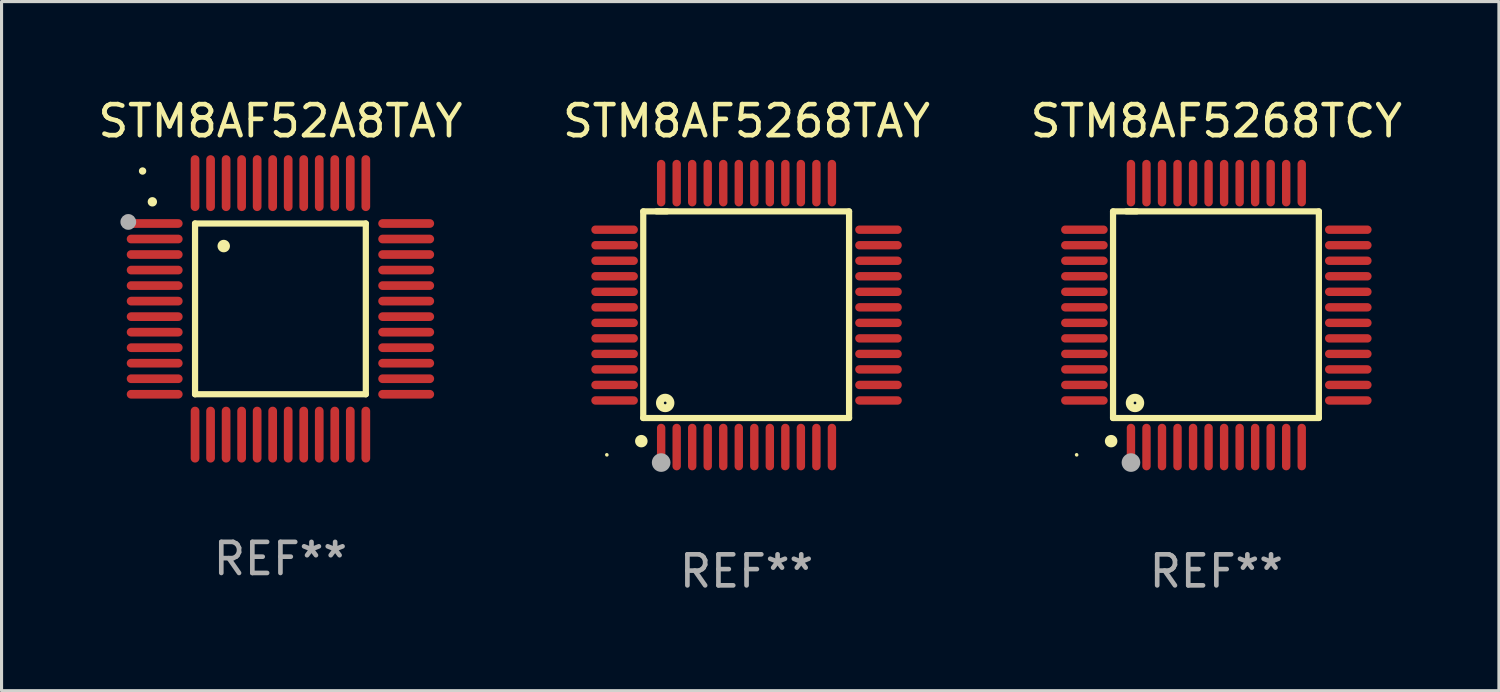
<source format=kicad_pcb>
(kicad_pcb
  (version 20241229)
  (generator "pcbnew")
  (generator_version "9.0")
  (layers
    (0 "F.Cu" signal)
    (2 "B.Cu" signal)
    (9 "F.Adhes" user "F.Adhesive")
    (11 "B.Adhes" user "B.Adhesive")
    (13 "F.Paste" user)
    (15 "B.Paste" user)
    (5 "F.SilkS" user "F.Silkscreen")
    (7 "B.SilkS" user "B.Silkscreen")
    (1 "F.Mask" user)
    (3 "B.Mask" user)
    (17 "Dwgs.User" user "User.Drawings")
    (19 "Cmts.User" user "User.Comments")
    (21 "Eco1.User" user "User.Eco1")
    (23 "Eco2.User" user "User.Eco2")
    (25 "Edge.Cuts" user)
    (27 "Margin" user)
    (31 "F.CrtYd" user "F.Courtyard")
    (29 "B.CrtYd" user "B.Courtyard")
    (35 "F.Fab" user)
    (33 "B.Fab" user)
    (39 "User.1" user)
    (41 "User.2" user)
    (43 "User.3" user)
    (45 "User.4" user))
  (footprint "STM8AF5268TAY"
    (layer "F.Cu")
    (at 20.994 7.098)
    (property "Reference" "STM8AF5268TAY" (at 0 -6.25 0) (layer "F.SilkS") (effects (font (size 1 1) (thickness 0.15))))
    (attr through_hole)
    (fp_line (start -3.327 -3.34) (end -2.565 -3.34) (stroke (width 0.2) (type solid)) (layer "F.SilkS"))
    (fp_line (start -3.327 3.315) (end -3.327 -3.34) (stroke (width 0.2) (type solid)) (layer "F.SilkS"))
    (fp_line (start -2.896 -3.34) (end 3.302 -3.34) (stroke (width 0.2) (type solid)) (layer "F.SilkS"))
    (fp_line (start 3.302 -3.34) (end 3.302 3.315) (stroke (width 0.2) (type solid)) (layer "F.SilkS"))
    (fp_line (start 3.302 3.315) (end -3.327 3.315) (stroke (width 0.2) (type solid)) (layer "F.SilkS"))
    (fp_arc (start -3.389992 4.059995) (mid -3.388722 4.059991) (end -3.387452 4.059995) (stroke (width 0.4) (type solid)) (layer "F.SilkS"))
    (fp_circle (center -4.5 4.5) (end -4.47 4.5) (stroke (width 0.06) (type solid)) (fill no) (layer "F.SilkS"))
    (fp_circle (center -2.62 2.83) (end -2.45 2.83) (stroke (width 0.254) (type solid)) (fill no) (layer "F.SilkS"))
    (fp_circle (center -2.75 4.75) (end -2.6 4.75) (stroke (width 0.3) (type solid)) (fill no) (layer "F.Fab"))
    (fp_text user "REF**" (at 0 8.25 0) (layer "F.Fab") (effects (font (size 1 1) (thickness 0.15))))
    (pad "1" smd oval (at -2.75 4.25) (size 0.27 1.5) (layers "F.Cu" "F.Mask" "F.Paste"))
    (pad "2" smd oval (at -2.25 4.25) (size 0.27 1.5) (layers "F.Cu" "F.Mask" "F.Paste"))
    (pad "3" smd oval (at -1.75 4.25) (size 0.27 1.5) (layers "F.Cu" "F.Mask" "F.Paste"))
    (pad "4" smd oval (at -1.25 4.25) (size 0.27 1.5) (layers "F.Cu" "F.Mask" "F.Paste"))
    (pad "5" smd oval (at -0.75 4.25) (size 0.27 1.5) (layers "F.Cu" "F.Mask" "F.Paste"))
    (pad "6" smd oval (at -0.25 4.25) (size 0.27 1.5) (layers "F.Cu" "F.Mask" "F.Paste"))
    (pad "7" smd oval (at 0.25 4.25) (size 0.27 1.5) (layers "F.Cu" "F.Mask" "F.Paste"))
    (pad "8" smd oval (at 0.75 4.25) (size 0.27 1.5) (layers "F.Cu" "F.Mask" "F.Paste"))
    (pad "9" smd oval (at 1.25 4.25) (size 0.27 1.5) (layers "F.Cu" "F.Mask" "F.Paste"))
    (pad "10" smd oval (at 1.75 4.25) (size 0.27 1.5) (layers "F.Cu" "F.Mask" "F.Paste"))
    (pad "11" smd oval (at 2.25 4.25) (size 0.27 1.5) (layers "F.Cu" "F.Mask" "F.Paste"))
    (pad "12" smd oval (at 2.75 4.25) (size 0.27 1.5) (layers "F.Cu" "F.Mask" "F.Paste"))
    (pad "13" smd oval (at 4.25 2.75) (size 1.5 0.27) (layers "F.Cu" "F.Mask" "F.Paste"))
    (pad "14" smd oval (at 4.25 2.25) (size 1.5 0.27) (layers "F.Cu" "F.Mask" "F.Paste"))
    (pad "15" smd oval (at 4.25 1.75) (size 1.5 0.27) (layers "F.Cu" "F.Mask" "F.Paste"))
    (pad "16" smd oval (at 4.25 1.25) (size 1.5 0.27) (layers "F.Cu" "F.Mask" "F.Paste"))
    (pad "17" smd oval (at 4.25 0.75) (size 1.5 0.27) (layers "F.Cu" "F.Mask" "F.Paste"))
    (pad "18" smd oval (at 4.25 0.25) (size 1.5 0.27) (layers "F.Cu" "F.Mask" "F.Paste"))
    (pad "19" smd oval (at 4.25 -0.25) (size 1.5 0.27) (layers "F.Cu" "F.Mask" "F.Paste"))
    (pad "20" smd oval (at 4.25 -0.75) (size 1.5 0.27) (layers "F.Cu" "F.Mask" "F.Paste"))
    (pad "21" smd oval (at 4.25 -1.25) (size 1.5 0.27) (layers "F.Cu" "F.Mask" "F.Paste"))
    (pad "22" smd oval (at 4.25 -1.75) (size 1.5 0.27) (layers "F.Cu" "F.Mask" "F.Paste"))
    (pad "23" smd oval (at 4.25 -2.25) (size 1.5 0.27) (layers "F.Cu" "F.Mask" "F.Paste"))
    (pad "24" smd oval (at 4.25 -2.75) (size 1.5 0.27) (layers "F.Cu" "F.Mask" "F.Paste"))
    (pad "25" smd oval (at 2.75 -4.25) (size 0.27 1.5) (layers "F.Cu" "F.Mask" "F.Paste"))
    (pad "26" smd oval (at 2.25 -4.25) (size 0.27 1.5) (layers "F.Cu" "F.Mask" "F.Paste"))
    (pad "27" smd oval (at 1.75 -4.25) (size 0.27 1.5) (layers "F.Cu" "F.Mask" "F.Paste"))
    (pad "28" smd oval (at 1.25 -4.25) (size 0.27 1.5) (layers "F.Cu" "F.Mask" "F.Paste"))
    (pad "29" smd oval (at 0.75 -4.25) (size 0.27 1.5) (layers "F.Cu" "F.Mask" "F.Paste"))
    (pad "30" smd oval (at 0.25 -4.25) (size 0.27 1.5) (layers "F.Cu" "F.Mask" "F.Paste"))
    (pad "31" smd oval (at -0.25 -4.25) (size 0.27 1.5) (layers "F.Cu" "F.Mask" "F.Paste"))
    (pad "32" smd oval (at -0.75 -4.25) (size 0.27 1.5) (layers "F.Cu" "F.Mask" "F.Paste"))
    (pad "33" smd oval (at -1.25 -4.25) (size 0.27 1.5) (layers "F.Cu" "F.Mask" "F.Paste"))
    (pad "34" smd oval (at -1.75 -4.25) (size 0.27 1.5) (layers "F.Cu" "F.Mask" "F.Paste"))
    (pad "35" smd oval (at -2.25 -4.25) (size 0.27 1.5) (layers "F.Cu" "F.Mask" "F.Paste"))
    (pad "36" smd oval (at -2.75 -4.25) (size 0.27 1.5) (layers "F.Cu" "F.Mask" "F.Paste"))
    (pad "37" smd oval (at -4.25 -2.75) (size 1.5 0.27) (layers "F.Cu" "F.Mask" "F.Paste"))
    (pad "38" smd oval (at -4.25 -2.25) (size 1.5 0.27) (layers "F.Cu" "F.Mask" "F.Paste"))
    (pad "39" smd oval (at -4.25 -1.75) (size 1.5 0.27) (layers "F.Cu" "F.Mask" "F.Paste"))
    (pad "40" smd oval (at -4.25 -1.25) (size 1.5 0.27) (layers "F.Cu" "F.Mask" "F.Paste"))
    (pad "41" smd oval (at -4.25 -0.75) (size 1.5 0.27) (layers "F.Cu" "F.Mask" "F.Paste"))
    (pad "42" smd oval (at -4.25 -0.25) (size 1.5 0.27) (layers "F.Cu" "F.Mask" "F.Paste"))
    (pad "43" smd oval (at -4.25 0.25) (size 1.5 0.27) (layers "F.Cu" "F.Mask" "F.Paste"))
    (pad "44" smd oval (at -4.25 0.75) (size 1.5 0.27) (layers "F.Cu" "F.Mask" "F.Paste"))
    (pad "45" smd oval (at -4.25 1.25) (size 1.5 0.27) (layers "F.Cu" "F.Mask" "F.Paste"))
    (pad "46" smd oval (at -4.25 1.75) (size 1.5 0.27) (layers "F.Cu" "F.Mask" "F.Paste"))
    (pad "47" smd oval (at -4.25 2.25) (size 1.5 0.27) (layers "F.Cu" "F.Mask" "F.Paste"))
    (pad "48" smd oval (at -4.25 2.75) (size 1.5 0.27) (layers "F.Cu" "F.Mask" "F.Paste")))
  (footprint "STM8AF52A8TAY"
    (layer "F.Cu")
    (at 5.982 6.898)
    (property "Reference" "STM8AF52A8TAY" (at 0 -6.05 0) (layer "F.SilkS") (effects (font (size 1 1) (thickness 0.15))))
    (attr through_hole)
    (fp_line (start -2.75 -2.75) (end 2.75 -2.75) (stroke (width 0.2) (type solid)) (layer "F.SilkS"))
    (fp_line (start -2.75 2.75) (end -2.75 -2.75) (stroke (width 0.2) (type solid)) (layer "F.SilkS"))
    (fp_line (start 2.75 -2.75) (end 2.75 2.75) (stroke (width 0.2) (type solid)) (layer "F.SilkS"))
    (fp_line (start 2.75 2.75) (end -2.75 2.75) (stroke (width 0.2) (type solid)) (layer "F.SilkS"))
    (fp_arc (start -4.124968 -3.446787) (mid -4.124973 -3.448057) (end -4.124968 -3.449327) (stroke (width 0.3) (type solid)) (layer "F.SilkS"))
    (fp_arc (start -1.826264 -2.021844) (mid -1.826268 -2.023114) (end -1.826264 -2.024384) (stroke (width 0.4) (type solid)) (layer "F.SilkS"))
    (fp_circle (center -4.44 -4.44) (end -4.38 -4.44) (stroke (width 0.12) (type solid)) (fill no) (layer "F.SilkS"))
    (fp_circle (center -4.9 -2.8) (end -4.773 -2.8) (stroke (width 0.254) (type solid)) (fill no) (layer "F.Fab"))
    (fp_text user "REF**" (at 0 8.05 0) (layer "F.Fab") (effects (font (size 1 1) (thickness 0.15))))
    (pad "1" smd oval (at -4.05 -2.75 90) (size 0.28 1.8) (layers "F.Cu" "F.Mask" "F.Paste"))
    (pad "2" smd oval (at -4.05 -2.25 90) (size 0.28 1.8) (layers "F.Cu" "F.Mask" "F.Paste"))
    (pad "3" smd oval (at -4.05 -1.75 90) (size 0.28 1.8) (layers "F.Cu" "F.Mask" "F.Paste"))
    (pad "4" smd oval (at -4.05 -1.25 90) (size 0.28 1.8) (layers "F.Cu" "F.Mask" "F.Paste"))
    (pad "5" smd oval (at -4.05 -0.75 90) (size 0.28 1.8) (layers "F.Cu" "F.Mask" "F.Paste"))
    (pad "6" smd oval (at -4.05 -0.25 90) (size 0.28 1.8) (layers "F.Cu" "F.Mask" "F.Paste"))
    (pad "7" smd oval (at -4.05 0.25 90) (size 0.28 1.8) (layers "F.Cu" "F.Mask" "F.Paste"))
    (pad "8" smd oval (at -4.05 0.75 90) (size 0.28 1.8) (layers "F.Cu" "F.Mask" "F.Paste"))
    (pad "9" smd oval (at -4.05 1.25 90) (size 0.28 1.8) (layers "F.Cu" "F.Mask" "F.Paste"))
    (pad "10" smd oval (at -4.05 1.75 90) (size 0.28 1.8) (layers "F.Cu" "F.Mask" "F.Paste"))
    (pad "11" smd oval (at -4.05 2.25 90) (size 0.28 1.8) (layers "F.Cu" "F.Mask" "F.Paste"))
    (pad "12" smd oval (at -4.05 2.75 90) (size 0.28 1.8) (layers "F.Cu" "F.Mask" "F.Paste"))
    (pad "13" smd oval (at -2.75 4.05) (size 0.28 1.8) (layers "F.Cu" "F.Mask" "F.Paste"))
    (pad "14" smd oval (at -2.25 4.05) (size 0.28 1.8) (layers "F.Cu" "F.Mask" "F.Paste"))
    (pad "15" smd oval (at -1.75 4.05) (size 0.28 1.8) (layers "F.Cu" "F.Mask" "F.Paste"))
    (pad "16" smd oval (at -1.25 4.05) (size 0.28 1.8) (layers "F.Cu" "F.Mask" "F.Paste"))
    (pad "17" smd oval (at -0.75 4.05) (size 0.28 1.8) (layers "F.Cu" "F.Mask" "F.Paste"))
    (pad "18" smd oval (at -0.25 4.05) (size 0.28 1.8) (layers "F.Cu" "F.Mask" "F.Paste"))
    (pad "19" smd oval (at 0.25 4.05) (size 0.28 1.8) (layers "F.Cu" "F.Mask" "F.Paste"))
    (pad "20" smd oval (at 0.75 4.05) (size 0.28 1.8) (layers "F.Cu" "F.Mask" "F.Paste"))
    (pad "21" smd oval (at 1.25 4.05) (size 0.28 1.8) (layers "F.Cu" "F.Mask" "F.Paste"))
    (pad "22" smd oval (at 1.75 4.05) (size 0.28 1.8) (layers "F.Cu" "F.Mask" "F.Paste"))
    (pad "23" smd oval (at 2.25 4.05) (size 0.28 1.8) (layers "F.Cu" "F.Mask" "F.Paste"))
    (pad "24" smd oval (at 2.75 4.05) (size 0.28 1.8) (layers "F.Cu" "F.Mask" "F.Paste"))
    (pad "25" smd oval (at 4.05 2.75 90) (size 0.28 1.8) (layers "F.Cu" "F.Mask" "F.Paste"))
    (pad "26" smd oval (at 4.05 2.25 90) (size 0.28 1.8) (layers "F.Cu" "F.Mask" "F.Paste"))
    (pad "27" smd oval (at 4.05 1.75 90) (size 0.28 1.8) (layers "F.Cu" "F.Mask" "F.Paste"))
    (pad "28" smd oval (at 4.05 1.25 90) (size 0.28 1.8) (layers "F.Cu" "F.Mask" "F.Paste"))
    (pad "29" smd oval (at 4.05 0.75 90) (size 0.28 1.8) (layers "F.Cu" "F.Mask" "F.Paste"))
    (pad "30" smd oval (at 4.05 0.25 90) (size 0.28 1.8) (layers "F.Cu" "F.Mask" "F.Paste"))
    (pad "31" smd oval (at 4.05 -0.25 90) (size 0.28 1.8) (layers "F.Cu" "F.Mask" "F.Paste"))
    (pad "32" smd oval (at 4.05 -0.75 90) (size 0.28 1.8) (layers "F.Cu" "F.Mask" "F.Paste"))
    (pad "33" smd oval (at 4.05 -1.25 90) (size 0.28 1.8) (layers "F.Cu" "F.Mask" "F.Paste"))
    (pad "34" smd oval (at 4.05 -1.75 90) (size 0.28 1.8) (layers "F.Cu" "F.Mask" "F.Paste"))
    (pad "35" smd oval (at 4.05 -2.25 90) (size 0.28 1.8) (layers "F.Cu" "F.Mask" "F.Paste"))
    (pad "36" smd oval (at 4.05 -2.75 90) (size 0.28 1.8) (layers "F.Cu" "F.Mask" "F.Paste"))
    (pad "37" smd oval (at 2.75 -4.05) (size 0.28 1.8) (layers "F.Cu" "F.Mask" "F.Paste"))
    (pad "38" smd oval (at 2.25 -4.05) (size 0.28 1.8) (layers "F.Cu" "F.Mask" "F.Paste"))
    (pad "39" smd oval (at 1.75 -4.05) (size 0.28 1.8) (layers "F.Cu" "F.Mask" "F.Paste"))
    (pad "40" smd oval (at 1.25 -4.05) (size 0.28 1.8) (layers "F.Cu" "F.Mask" "F.Paste"))
    (pad "41" smd oval (at 0.75 -4.05) (size 0.28 1.8) (layers "F.Cu" "F.Mask" "F.Paste"))
    (pad "42" smd oval (at 0.25 -4.05) (size 0.28 1.8) (layers "F.Cu" "F.Mask" "F.Paste"))
    (pad "43" smd oval (at -0.25 -4.05) (size 0.28 1.8) (layers "F.Cu" "F.Mask" "F.Paste"))
    (pad "44" smd oval (at -0.75 -4.05) (size 0.28 1.8) (layers "F.Cu" "F.Mask" "F.Paste"))
    (pad "45" smd oval (at -1.25 -4.05) (size 0.28 1.8) (layers "F.Cu" "F.Mask" "F.Paste"))
    (pad "46" smd oval (at -1.75 -4.05) (size 0.28 1.8) (layers "F.Cu" "F.Mask" "F.Paste"))
    (pad "47" smd oval (at -2.25 -4.05) (size 0.28 1.8) (layers "F.Cu" "F.Mask" "F.Paste"))
    (pad "48" smd oval (at -2.75 -4.05) (size 0.28 1.8) (layers "F.Cu" "F.Mask" "F.Paste")))
  (footprint "STM8AF5268TCY"
    (layer "F.Cu")
    (at 36.125 7.098)
    (property "Reference" "STM8AF5268TCY" (at 0 -6.25 0) (layer "F.SilkS") (effects (font (size 1 1) (thickness 0.15))))
    (attr through_hole)
    (fp_line (start -3.327 -3.34) (end -2.565 -3.34) (stroke (width 0.2) (type solid)) (layer "F.SilkS"))
    (fp_line (start -3.327 3.315) (end -3.327 -3.34) (stroke (width 0.2) (type solid)) (layer "F.SilkS"))
    (fp_line (start -2.896 -3.34) (end 3.302 -3.34) (stroke (width 0.2) (type solid)) (layer "F.SilkS"))
    (fp_line (start 3.302 -3.34) (end 3.302 3.315) (stroke (width 0.2) (type solid)) (layer "F.SilkS"))
    (fp_line (start 3.302 3.315) (end -3.327 3.315) (stroke (width 0.2) (type solid)) (layer "F.SilkS"))
    (fp_arc (start -3.389992 4.059995) (mid -3.388722 4.059991) (end -3.387452 4.059995) (stroke (width 0.4) (type solid)) (layer "F.SilkS"))
    (fp_circle (center -4.5 4.5) (end -4.47 4.5) (stroke (width 0.06) (type solid)) (fill no) (layer "F.SilkS"))
    (fp_circle (center -2.62 2.83) (end -2.45 2.83) (stroke (width 0.254) (type solid)) (fill no) (layer "F.SilkS"))
    (fp_circle (center -2.75 4.75) (end -2.6 4.75) (stroke (width 0.3) (type solid)) (fill no) (layer "F.Fab"))
    (fp_text user "REF**" (at 0 8.25 0) (layer "F.Fab") (effects (font (size 1 1) (thickness 0.15))))
    (pad "1" smd oval (at -2.75 4.25) (size 0.27 1.5) (layers "F.Cu" "F.Mask" "F.Paste"))
    (pad "2" smd oval (at -2.25 4.25) (size 0.27 1.5) (layers "F.Cu" "F.Mask" "F.Paste"))
    (pad "3" smd oval (at -1.75 4.25) (size 0.27 1.5) (layers "F.Cu" "F.Mask" "F.Paste"))
    (pad "4" smd oval (at -1.25 4.25) (size 0.27 1.5) (layers "F.Cu" "F.Mask" "F.Paste"))
    (pad "5" smd oval (at -0.75 4.25) (size 0.27 1.5) (layers "F.Cu" "F.Mask" "F.Paste"))
    (pad "6" smd oval (at -0.25 4.25) (size 0.27 1.5) (layers "F.Cu" "F.Mask" "F.Paste"))
    (pad "7" smd oval (at 0.25 4.25) (size 0.27 1.5) (layers "F.Cu" "F.Mask" "F.Paste"))
    (pad "8" smd oval (at 0.75 4.25) (size 0.27 1.5) (layers "F.Cu" "F.Mask" "F.Paste"))
    (pad "9" smd oval (at 1.25 4.25) (size 0.27 1.5) (layers "F.Cu" "F.Mask" "F.Paste"))
    (pad "10" smd oval (at 1.75 4.25) (size 0.27 1.5) (layers "F.Cu" "F.Mask" "F.Paste"))
    (pad "11" smd oval (at 2.25 4.25) (size 0.27 1.5) (layers "F.Cu" "F.Mask" "F.Paste"))
    (pad "12" smd oval (at 2.75 4.25) (size 0.27 1.5) (layers "F.Cu" "F.Mask" "F.Paste"))
    (pad "13" smd oval (at 4.25 2.75) (size 1.5 0.27) (layers "F.Cu" "F.Mask" "F.Paste"))
    (pad "14" smd oval (at 4.25 2.25) (size 1.5 0.27) (layers "F.Cu" "F.Mask" "F.Paste"))
    (pad "15" smd oval (at 4.25 1.75) (size 1.5 0.27) (layers "F.Cu" "F.Mask" "F.Paste"))
    (pad "16" smd oval (at 4.25 1.25) (size 1.5 0.27) (layers "F.Cu" "F.Mask" "F.Paste"))
    (pad "17" smd oval (at 4.25 0.75) (size 1.5 0.27) (layers "F.Cu" "F.Mask" "F.Paste"))
    (pad "18" smd oval (at 4.25 0.25) (size 1.5 0.27) (layers "F.Cu" "F.Mask" "F.Paste"))
    (pad "19" smd oval (at 4.25 -0.25) (size 1.5 0.27) (layers "F.Cu" "F.Mask" "F.Paste"))
    (pad "20" smd oval (at 4.25 -0.75) (size 1.5 0.27) (layers "F.Cu" "F.Mask" "F.Paste"))
    (pad "21" smd oval (at 4.25 -1.25) (size 1.5 0.27) (layers "F.Cu" "F.Mask" "F.Paste"))
    (pad "22" smd oval (at 4.25 -1.75) (size 1.5 0.27) (layers "F.Cu" "F.Mask" "F.Paste"))
    (pad "23" smd oval (at 4.25 -2.25) (size 1.5 0.27) (layers "F.Cu" "F.Mask" "F.Paste"))
    (pad "24" smd oval (at 4.25 -2.75) (size 1.5 0.27) (layers "F.Cu" "F.Mask" "F.Paste"))
    (pad "25" smd oval (at 2.75 -4.25) (size 0.27 1.5) (layers "F.Cu" "F.Mask" "F.Paste"))
    (pad "26" smd oval (at 2.25 -4.25) (size 0.27 1.5) (layers "F.Cu" "F.Mask" "F.Paste"))
    (pad "27" smd oval (at 1.75 -4.25) (size 0.27 1.5) (layers "F.Cu" "F.Mask" "F.Paste"))
    (pad "28" smd oval (at 1.25 -4.25) (size 0.27 1.5) (layers "F.Cu" "F.Mask" "F.Paste"))
    (pad "29" smd oval (at 0.75 -4.25) (size 0.27 1.5) (layers "F.Cu" "F.Mask" "F.Paste"))
    (pad "30" smd oval (at 0.25 -4.25) (size 0.27 1.5) (layers "F.Cu" "F.Mask" "F.Paste"))
    (pad "31" smd oval (at -0.25 -4.25) (size 0.27 1.5) (layers "F.Cu" "F.Mask" "F.Paste"))
    (pad "32" smd oval (at -0.75 -4.25) (size 0.27 1.5) (layers "F.Cu" "F.Mask" "F.Paste"))
    (pad "33" smd oval (at -1.25 -4.25) (size 0.27 1.5) (layers "F.Cu" "F.Mask" "F.Paste"))
    (pad "34" smd oval (at -1.75 -4.25) (size 0.27 1.5) (layers "F.Cu" "F.Mask" "F.Paste"))
    (pad "35" smd oval (at -2.25 -4.25) (size 0.27 1.5) (layers "F.Cu" "F.Mask" "F.Paste"))
    (pad "36" smd oval (at -2.75 -4.25) (size 0.27 1.5) (layers "F.Cu" "F.Mask" "F.Paste"))
    (pad "37" smd oval (at -4.25 -2.75) (size 1.5 0.27) (layers "F.Cu" "F.Mask" "F.Paste"))
    (pad "38" smd oval (at -4.25 -2.25) (size 1.5 0.27) (layers "F.Cu" "F.Mask" "F.Paste"))
    (pad "39" smd oval (at -4.25 -1.75) (size 1.5 0.27) (layers "F.Cu" "F.Mask" "F.Paste"))
    (pad "40" smd oval (at -4.25 -1.25) (size 1.5 0.27) (layers "F.Cu" "F.Mask" "F.Paste"))
    (pad "41" smd oval (at -4.25 -0.75) (size 1.5 0.27) (layers "F.Cu" "F.Mask" "F.Paste"))
    (pad "42" smd oval (at -4.25 -0.25) (size 1.5 0.27) (layers "F.Cu" "F.Mask" "F.Paste"))
    (pad "43" smd oval (at -4.25 0.25) (size 1.5 0.27) (layers "F.Cu" "F.Mask" "F.Paste"))
    (pad "44" smd oval (at -4.25 0.75) (size 1.5 0.27) (layers "F.Cu" "F.Mask" "F.Paste"))
    (pad "45" smd oval (at -4.25 1.25) (size 1.5 0.27) (layers "F.Cu" "F.Mask" "F.Paste"))
    (pad "46" smd oval (at -4.25 1.75) (size 1.5 0.27) (layers "F.Cu" "F.Mask" "F.Paste"))
    (pad "47" smd oval (at -4.25 2.25) (size 1.5 0.27) (layers "F.Cu" "F.Mask" "F.Paste"))
    (pad "48" smd oval (at -4.25 2.75) (size 1.5 0.27) (layers "F.Cu" "F.Mask" "F.Paste")))
  (gr_rect
    (start -3 -3)
    (end 45.226 19.196)
    (stroke (width 0.1) (type default))
    (fill no)
    (layer "Edge.Cuts")))
</source>
